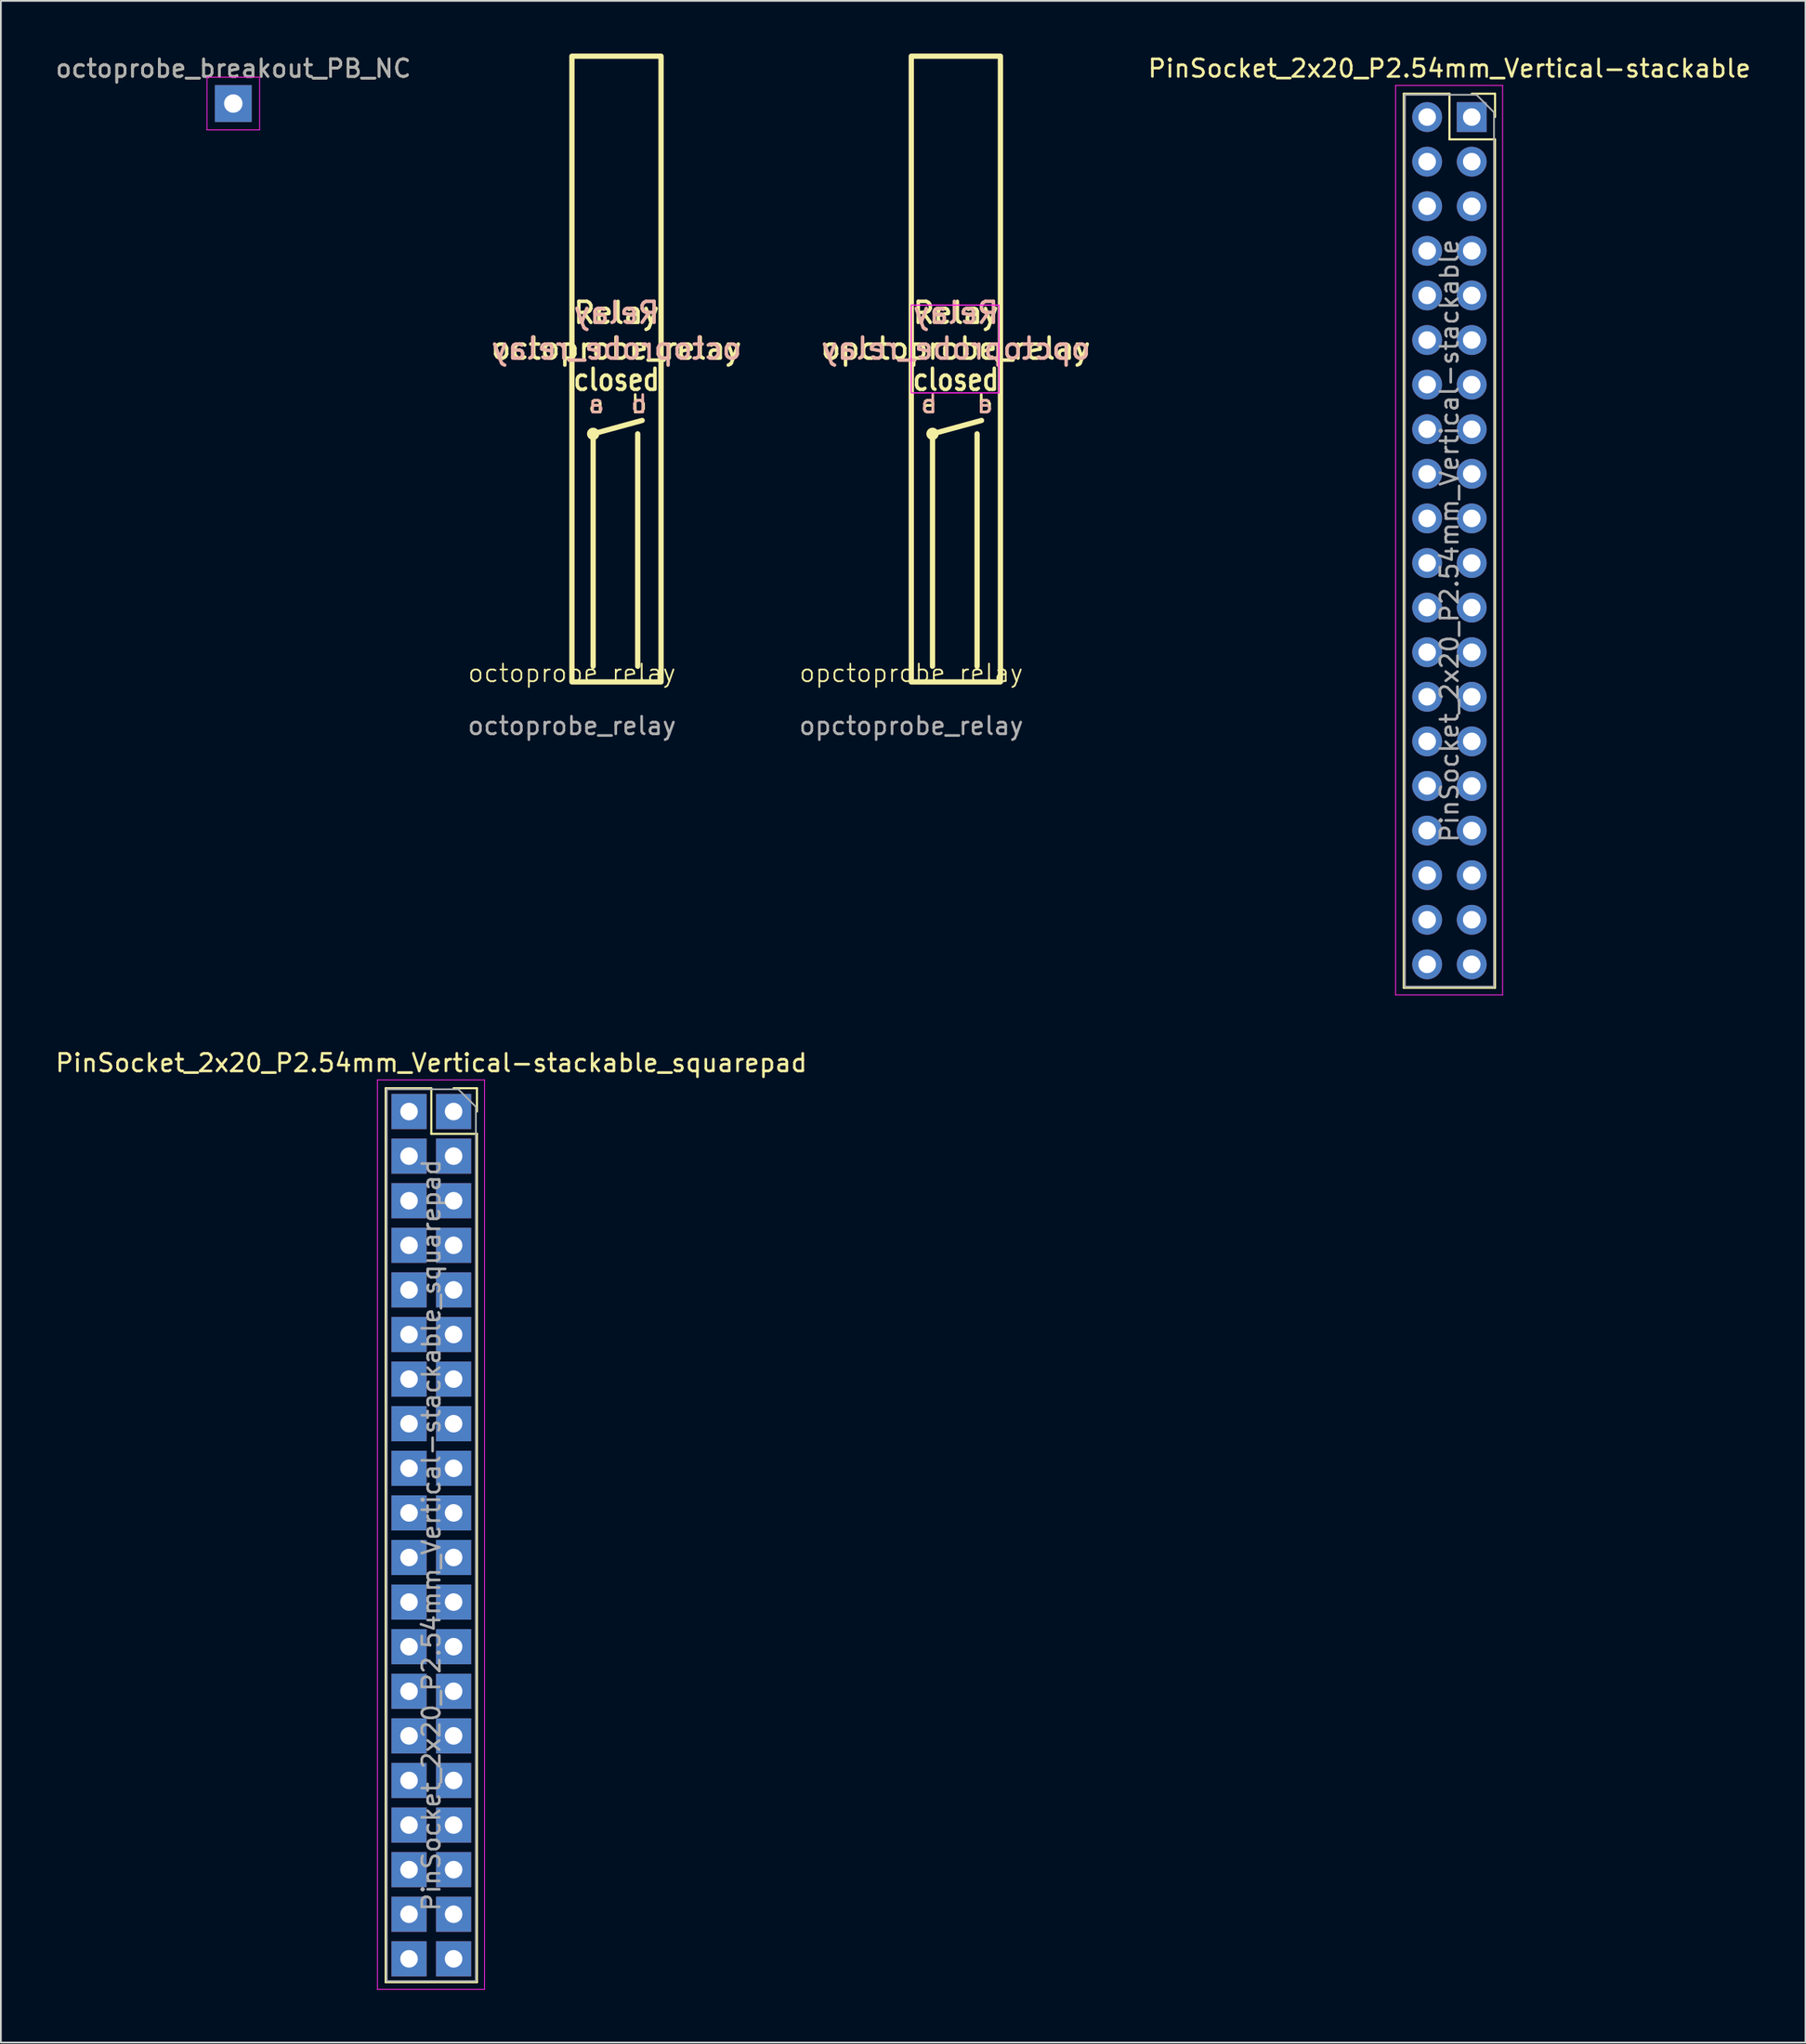
<source format=kicad_pcb>
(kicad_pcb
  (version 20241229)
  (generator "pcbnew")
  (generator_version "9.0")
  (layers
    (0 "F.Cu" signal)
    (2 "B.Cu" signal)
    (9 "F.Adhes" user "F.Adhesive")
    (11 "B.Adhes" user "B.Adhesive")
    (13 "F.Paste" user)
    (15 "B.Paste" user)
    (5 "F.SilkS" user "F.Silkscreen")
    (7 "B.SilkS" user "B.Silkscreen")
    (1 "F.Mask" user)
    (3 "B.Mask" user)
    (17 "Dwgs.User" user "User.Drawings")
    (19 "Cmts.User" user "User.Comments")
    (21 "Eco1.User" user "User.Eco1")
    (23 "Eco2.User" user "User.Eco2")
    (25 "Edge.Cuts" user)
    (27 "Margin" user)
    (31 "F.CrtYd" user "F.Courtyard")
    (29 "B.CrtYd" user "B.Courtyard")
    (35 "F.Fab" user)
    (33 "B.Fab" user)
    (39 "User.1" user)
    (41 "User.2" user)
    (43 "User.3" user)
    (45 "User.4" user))
  (footprint "PinSocket_2x20_P2.54mm_Vertical-stackable_squarepad"
    (layer "F.Cu")
    (at 22.8 60.261)
    (property "Reference" "PinSocket_2x20_P2.54mm_Vertical-stackable_squarepad" (at -1.27 -2.77 0) (layer "F.SilkS") (effects (font (size 1 1) (thickness 0.15))))
    (attr through_hole)
    (fp_line (start -3.87 -1.33) (end -3.87 49.59) (stroke (width 0.12) (type solid)) (layer "F.SilkS"))
    (fp_line (start -3.87 -1.33) (end -1.27 -1.33) (stroke (width 0.12) (type solid)) (layer "F.SilkS"))
    (fp_line (start -3.87 49.59) (end 1.33 49.59) (stroke (width 0.12) (type solid)) (layer "F.SilkS"))
    (fp_line (start -1.27 -1.33) (end -1.27 1.27) (stroke (width 0.12) (type solid)) (layer "F.SilkS"))
    (fp_line (start -1.27 1.27) (end 1.33 1.27) (stroke (width 0.12) (type solid)) (layer "F.SilkS"))
    (fp_line (start 0 -1.33) (end 1.33 -1.33) (stroke (width 0.12) (type solid)) (layer "F.SilkS"))
    (fp_line (start 1.33 -1.33) (end 1.33 0) (stroke (width 0.12) (type solid)) (layer "F.SilkS"))
    (fp_line (start 1.33 1.27) (end 1.33 49.59) (stroke (width 0.12) (type solid)) (layer "F.SilkS"))
    (fp_line (start -4.34 -1.8) (end 1.76 -1.8) (stroke (width 0.05) (type solid)) (layer "F.CrtYd"))
    (fp_line (start -4.34 50) (end -4.34 -1.8) (stroke (width 0.05) (type solid)) (layer "F.CrtYd"))
    (fp_line (start 1.76 -1.8) (end 1.76 50) (stroke (width 0.05) (type solid)) (layer "F.CrtYd"))
    (fp_line (start 1.76 50) (end -4.34 50) (stroke (width 0.05) (type solid)) (layer "F.CrtYd"))
    (fp_line (start -3.81 -1.27) (end 0.27 -1.27) (stroke (width 0.1) (type solid)) (layer "F.Fab"))
    (fp_line (start -3.81 49.53) (end -3.81 -1.27) (stroke (width 0.1) (type solid)) (layer "F.Fab"))
    (fp_line (start 0.27 -1.27) (end 1.27 -0.27) (stroke (width 0.1) (type solid)) (layer "F.Fab"))
    (fp_line (start 1.27 -0.27) (end 1.27 49.53) (stroke (width 0.1) (type solid)) (layer "F.Fab"))
    (fp_line (start 1.27 49.53) (end -3.81 49.53) (stroke (width 0.1) (type solid)) (layer "F.Fab"))
    (fp_text user "${REFERENCE}" (at -1.27 24.13 90) (layer "F.Fab") (effects (font (size 1 1) (thickness 0.15))))
    (pad "1" thru_hole rect (at 0 0) (size 2 2) (drill 1) (layers "*.Cu" "*.Mask"))
    (pad "2" thru_hole rect (at -2.54 0) (size 2 2) (drill 1) (layers "*.Cu" "*.Mask"))
    (pad "3" thru_hole rect (at 0 2.54) (size 2 2) (drill 1) (layers "*.Cu" "*.Mask"))
    (pad "4" thru_hole rect (at -2.54 2.54) (size 2 2) (drill 1) (layers "*.Cu" "*.Mask"))
    (pad "5" thru_hole rect (at 0 5.08) (size 2 2) (drill 1) (layers "*.Cu" "*.Mask"))
    (pad "6" thru_hole rect (at -2.54 5.08) (size 2 2) (drill 1) (layers "*.Cu" "*.Mask"))
    (pad "7" thru_hole rect (at 0 7.62) (size 2 2) (drill 1) (layers "*.Cu" "*.Mask"))
    (pad "8" thru_hole rect (at -2.54 7.62) (size 2 2) (drill 1) (layers "*.Cu" "*.Mask"))
    (pad "9" thru_hole rect (at 0 10.16) (size 2 2) (drill 1) (layers "*.Cu" "*.Mask"))
    (pad "10" thru_hole rect (at -2.54 10.16) (size 2 2) (drill 1) (layers "*.Cu" "*.Mask"))
    (pad "11" thru_hole rect (at 0 12.7) (size 2 2) (drill 1) (layers "*.Cu" "*.Mask"))
    (pad "12" thru_hole rect (at -2.54 12.7) (size 2 2) (drill 1) (layers "*.Cu" "*.Mask"))
    (pad "13" thru_hole rect (at 0 15.24) (size 2 2) (drill 1) (layers "*.Cu" "*.Mask"))
    (pad "14" thru_hole rect (at -2.54 15.24) (size 2 2) (drill 1) (layers "*.Cu" "*.Mask"))
    (pad "15" thru_hole rect (at 0 17.78) (size 2 2) (drill 1) (layers "*.Cu" "*.Mask"))
    (pad "16" thru_hole rect (at -2.54 17.78) (size 2 2) (drill 1) (layers "*.Cu" "*.Mask"))
    (pad "17" thru_hole rect (at 0 20.32) (size 2 2) (drill 1) (layers "*.Cu" "*.Mask"))
    (pad "18" thru_hole rect (at -2.54 20.32) (size 2 2) (drill 1) (layers "*.Cu" "*.Mask"))
    (pad "19" thru_hole rect (at 0 22.86) (size 2 2) (drill 1) (layers "*.Cu" "*.Mask"))
    (pad "20" thru_hole rect (at -2.54 22.86) (size 2 2) (drill 1) (layers "*.Cu" "*.Mask"))
    (pad "21" thru_hole rect (at 0 25.4) (size 2 2) (drill 1) (layers "*.Cu" "*.Mask"))
    (pad "22" thru_hole rect (at -2.54 25.4) (size 2 2) (drill 1) (layers "*.Cu" "*.Mask"))
    (pad "23" thru_hole rect (at 0 27.94) (size 2 2) (drill 1) (layers "*.Cu" "*.Mask"))
    (pad "24" thru_hole rect (at -2.54 27.94) (size 2 2) (drill 1) (layers "*.Cu" "*.Mask"))
    (pad "25" thru_hole rect (at 0 30.48) (size 2 2) (drill 1) (layers "*.Cu" "*.Mask"))
    (pad "26" thru_hole rect (at -2.54 30.48) (size 2 2) (drill 1) (layers "*.Cu" "*.Mask"))
    (pad "27" thru_hole rect (at 0 33.02) (size 2 2) (drill 1) (layers "*.Cu" "*.Mask"))
    (pad "28" thru_hole rect (at -2.54 33.02) (size 2 2) (drill 1) (layers "*.Cu" "*.Mask"))
    (pad "29" thru_hole rect (at 0 35.56) (size 2 2) (drill 1) (layers "*.Cu" "*.Mask"))
    (pad "30" thru_hole rect (at -2.54 35.56) (size 2 2) (drill 1) (layers "*.Cu" "*.Mask"))
    (pad "31" thru_hole rect (at 0 38.1) (size 2 2) (drill 1) (layers "*.Cu" "*.Mask"))
    (pad "32" thru_hole rect (at -2.54 38.1) (size 2 2) (drill 1) (layers "*.Cu" "*.Mask"))
    (pad "33" thru_hole rect (at 0 40.64) (size 2 2) (drill 1) (layers "*.Cu" "*.Mask"))
    (pad "34" thru_hole rect (at -2.54 40.64) (size 2 2) (drill 1) (layers "*.Cu" "*.Mask"))
    (pad "35" thru_hole rect (at 0 43.18) (size 2 2) (drill 1) (layers "*.Cu" "*.Mask"))
    (pad "36" thru_hole rect (at -2.54 43.18) (size 2 2) (drill 1) (layers "*.Cu" "*.Mask"))
    (pad "37" thru_hole rect (at 0 45.72) (size 2 2) (drill 1) (layers "*.Cu" "*.Mask"))
    (pad "38" thru_hole rect (at -2.54 45.72) (size 2 2) (drill 1) (layers "*.Cu" "*.Mask"))
    (pad "39" thru_hole rect (at 0 48.26) (size 2 2) (drill 1) (layers "*.Cu" "*.Mask"))
    (pad "40" thru_hole rect (at -2.54 48.26) (size 2 2) (drill 1) (layers "*.Cu" "*.Mask")))
  (footprint "octoprobe_breakout_PB_NC"
    (layer "F.Cu")
    (at 10.244 2.848)
    (property "Reference" "octoprobe_breakout_PB_NC" (at 0 -1.998 0) (layer "F.SilkS") (effects (font (size 1 1) (thickness 0.15))))
    (attr exclude_from_pos_files exclude_from_bom)
    (fp_line (start -1.5 -1.5) (end -1.5 1.5) (stroke (width 0.05) (type solid)) (layer "F.CrtYd"))
    (fp_line (start -1.5 -1.5) (end 1.5 -1.5) (stroke (width 0.05) (type solid)) (layer "F.CrtYd"))
    (fp_line (start 1.5 1.5) (end -1.5 1.5) (stroke (width 0.05) (type solid)) (layer "F.CrtYd"))
    (fp_line (start 1.5 1.5) (end 1.5 -1.5) (stroke (width 0.05) (type solid)) (layer "F.CrtYd"))
    (fp_text user "${REFERENCE}" (at 0 -2 0) (layer "F.Fab") (effects (font (size 1 1) (thickness 0.15))))
    (pad "1" thru_hole rect (at 0 0) (size 2.1 2.1) (drill 1.05) (layers "*.Cu" "*.Mask")))
  (footprint "opctoprobe_relay"
    (layer "F.Cu")
    (at 48.882 35.79)
    (property "Reference" "opctoprobe_relay" (at 0 -0.5 0) (unlocked yes) (layer "F.SilkS") (effects (font (size 1 1) (thickness 0.1))))
    (property "Value" "opctoprobe_relay" (at 0 1 0) (unlocked yes) (layer "F.Fab") (hide yes) (effects (font (size 1 1) (thickness 0.15))))
    (fp_line (start 1.21 -14.13) (end 1.21 -0.89) (stroke (width 0.3) (type default)) (layer "F.SilkS"))
    (fp_line (start 1.21 -14.13) (end 4.004 -14.892) (stroke (width 0.3) (type default)) (layer "F.SilkS"))
    (fp_line (start 3.75 -14.13) (end 3.75 -0.89) (stroke (width 0.3) (type default)) (layer "F.SilkS"))
    (fp_rect (start 0 -35.64) (end 5.08 0) (stroke (width 0.3) (type default)) (fill no) (layer "F.SilkS"))
    (fp_circle (center 1.21 -14.13) (end 1.41 -14.13) (stroke (width 0.3) (type default)) (fill no) (layer "F.SilkS"))
    (fp_rect (start 0 -21.462) (end 5 -16.462) (stroke (width 0.05) (type solid)) (fill no) (layer "F.CrtYd"))
    (fp_rect (start 0 -21.462) (end 5 -16.462) (stroke (width 0.05) (type solid)) (fill no) (layer "F.CrtYd"))
    (fp_text user "${VALUE}" (at 2.54 -18.288 0) (unlocked yes) (layer "F.SilkS") (effects (font (size 1.2 1.2) (thickness 0.2) (bold yes)) (justify bottom)))
    (fp_text user "a   b" (at 2.607 -15.24 0) (unlocked yes) (layer "F.SilkS") (effects (font (size 1 1) (thickness 0.15)) (justify bottom)))
    (fp_text user "closed" (at 2.54 -16.51 0) (unlocked yes) (layer "F.SilkS") (effects (font (size 1.2 1) (thickness 0.2) (bold yes)) (justify bottom)))
    (fp_text user "Relay" (at 2.54 -20.32 0) (unlocked yes) (layer "F.SilkS") (effects (font (size 1.2 1.2) (thickness 0.2) (bold yes)) (justify bottom)))
    (fp_text user "Relay" (at 2.54 -20.32 0) (unlocked yes) (layer "B.SilkS") (effects (font (size 1.2 1.2) (thickness 0.2) (bold yes)) (justify bottom mirror)))
    (fp_text user "a   b" (at 2.607 -15.24 0) (unlocked yes) (layer "B.SilkS") (effects (font (size 1 1) (thickness 0.15)) (justify bottom mirror)))
    (fp_text user "${VALUE}" (at 2.54 -18.288 0) (unlocked yes) (layer "B.SilkS") (effects (font (size 1.2 1.2) (thickness 0.2) (bold yes)) (justify bottom mirror)))
    (fp_text user "${REFERENCE}" (at 0 2.5 0) (unlocked yes) (layer "F.Fab") (effects (font (size 1 1) (thickness 0.15)))))
  (footprint "octoprobe_relay"
    (layer "F.Cu")
    (at 29.542 35.79)
    (property "Reference" "octoprobe_relay" (at 0 -0.5 0) (unlocked yes) (layer "F.SilkS") (effects (font (size 1 1) (thickness 0.1))))
    (property "Value" "octoprobe_relay" (at 0 1 0) (unlocked yes) (layer "F.Fab") (hide yes) (effects (font (size 1 1) (thickness 0.15))))
    (attr exclude_from_bom allow_missing_courtyard)
    (fp_line (start 1.21 -14.13) (end 1.21 -0.89) (stroke (width 0.3) (type default)) (layer "F.SilkS"))
    (fp_line (start 1.21 -14.13) (end 4.004 -14.892) (stroke (width 0.3) (type default)) (layer "F.SilkS"))
    (fp_line (start 3.75 -14.13) (end 3.75 -0.89) (stroke (width 0.3) (type default)) (layer "F.SilkS"))
    (fp_rect (start 0 -35.64) (end 5.08 0) (stroke (width 0.3) (type default)) (fill no) (layer "F.SilkS"))
    (fp_circle (center 1.21 -14.13) (end 1.41 -14.13) (stroke (width 0.3) (type default)) (fill no) (layer "F.SilkS"))
    (fp_text user "Relay" (at 2.54 -20.32 0) (unlocked yes) (layer "F.SilkS") (effects (font (size 1.2 1.2) (thickness 0.2) (bold yes)) (justify bottom)))
    (fp_text user "a  b" (at 2.607 -15.24 0) (unlocked yes) (layer "F.SilkS") (effects (font (size 1 1) (thickness 0.15)) (justify bottom)))
    (fp_text user "${VALUE}" (at 2.54 -18.288 0) (unlocked yes) (layer "F.SilkS") (effects (font (size 1.2 1.2) (thickness 0.2) (bold yes)) (justify bottom)))
    (fp_text user "closed" (at 2.54 -16.51 0) (unlocked yes) (layer "F.SilkS") (effects (font (size 1.2 1) (thickness 0.2) (bold yes)) (justify bottom)))
    (fp_text user "Relay" (at 2.54 -20.32 0) (unlocked yes) (layer "B.SilkS") (effects (font (size 1.2 1.2) (thickness 0.2) (bold yes)) (justify bottom mirror)))
    (fp_text user "${VALUE}" (at 2.54 -18.288 0) (unlocked yes) (layer "B.SilkS") (effects (font (size 1.2 1.2) (thickness 0.2) (bold yes)) (justify bottom mirror)))
    (fp_text user "b  a" (at 2.607 -15.24 0) (unlocked yes) (layer "B.SilkS") (effects (font (size 1 1) (thickness 0.15)) (justify bottom mirror)))
    (fp_text user "${REFERENCE}" (at 0 2.5 0) (unlocked yes) (layer "F.Fab") (effects (font (size 1 1) (thickness 0.15)))))
  (footprint "PinSocket_2x20_P2.54mm_Vertical-stackable"
    (layer "F.Cu")
    (at 80.821 3.618)
    (property "Reference" "PinSocket_2x20_P2.54mm_Vertical-stackable" (at -1.27 -2.77 0) (layer "F.SilkS") (effects (font (size 1 1) (thickness 0.15))))
    (attr through_hole)
    (fp_line (start -3.87 -1.33) (end -3.87 49.59) (stroke (width 0.12) (type solid)) (layer "F.SilkS"))
    (fp_line (start -3.87 -1.33) (end -1.27 -1.33) (stroke (width 0.12) (type solid)) (layer "F.SilkS"))
    (fp_line (start -3.87 49.59) (end 1.33 49.59) (stroke (width 0.12) (type solid)) (layer "F.SilkS"))
    (fp_line (start -1.27 -1.33) (end -1.27 1.27) (stroke (width 0.12) (type solid)) (layer "F.SilkS"))
    (fp_line (start -1.27 1.27) (end 1.33 1.27) (stroke (width 0.12) (type solid)) (layer "F.SilkS"))
    (fp_line (start 0 -1.33) (end 1.33 -1.33) (stroke (width 0.12) (type solid)) (layer "F.SilkS"))
    (fp_line (start 1.33 -1.33) (end 1.33 0) (stroke (width 0.12) (type solid)) (layer "F.SilkS"))
    (fp_line (start 1.33 1.27) (end 1.33 49.59) (stroke (width 0.12) (type solid)) (layer "F.SilkS"))
    (fp_line (start -4.34 -1.8) (end 1.76 -1.8) (stroke (width 0.05) (type solid)) (layer "F.CrtYd"))
    (fp_line (start -4.34 50) (end -4.34 -1.8) (stroke (width 0.05) (type solid)) (layer "F.CrtYd"))
    (fp_line (start 1.76 -1.8) (end 1.76 50) (stroke (width 0.05) (type solid)) (layer "F.CrtYd"))
    (fp_line (start 1.76 50) (end -4.34 50) (stroke (width 0.05) (type solid)) (layer "F.CrtYd"))
    (fp_line (start -3.81 -1.27) (end 0.27 -1.27) (stroke (width 0.1) (type solid)) (layer "F.Fab"))
    (fp_line (start -3.81 49.53) (end -3.81 -1.27) (stroke (width 0.1) (type solid)) (layer "F.Fab"))
    (fp_line (start 0.27 -1.27) (end 1.27 -0.27) (stroke (width 0.1) (type solid)) (layer "F.Fab"))
    (fp_line (start 1.27 -0.27) (end 1.27 49.53) (stroke (width 0.1) (type solid)) (layer "F.Fab"))
    (fp_line (start 1.27 49.53) (end -3.81 49.53) (stroke (width 0.1) (type solid)) (layer "F.Fab"))
    (fp_text user "${REFERENCE}" (at -1.27 24.13 90) (layer "F.Fab") (effects (font (size 1 1) (thickness 0.15))))
    (pad "1" thru_hole rect (at 0 0) (size 1.7 1.7) (drill 1) (layers "*.Cu" "*.Mask"))
    (pad "2" thru_hole oval (at -2.54 0) (size 1.7 1.7) (drill 1) (layers "*.Cu" "*.Mask"))
    (pad "3" thru_hole oval (at 0 2.54) (size 1.7 1.7) (drill 1) (layers "*.Cu" "*.Mask"))
    (pad "4" thru_hole oval (at -2.54 2.54) (size 1.7 1.7) (drill 1) (layers "*.Cu" "*.Mask"))
    (pad "5" thru_hole oval (at 0 5.08) (size 1.7 1.7) (drill 1) (layers "*.Cu" "*.Mask"))
    (pad "6" thru_hole oval (at -2.54 5.08) (size 1.7 1.7) (drill 1) (layers "*.Cu" "*.Mask"))
    (pad "7" thru_hole oval (at 0 7.62) (size 1.7 1.7) (drill 1) (layers "*.Cu" "*.Mask"))
    (pad "8" thru_hole oval (at -2.54 7.62) (size 1.7 1.7) (drill 1) (layers "*.Cu" "*.Mask"))
    (pad "9" thru_hole oval (at 0 10.16) (size 1.7 1.7) (drill 1) (layers "*.Cu" "*.Mask"))
    (pad "10" thru_hole oval (at -2.54 10.16) (size 1.7 1.7) (drill 1) (layers "*.Cu" "*.Mask"))
    (pad "11" thru_hole oval (at 0 12.7) (size 1.7 1.7) (drill 1) (layers "*.Cu" "*.Mask"))
    (pad "12" thru_hole oval (at -2.54 12.7) (size 1.7 1.7) (drill 1) (layers "*.Cu" "*.Mask"))
    (pad "13" thru_hole oval (at 0 15.24) (size 1.7 1.7) (drill 1) (layers "*.Cu" "*.Mask"))
    (pad "14" thru_hole oval (at -2.54 15.24) (size 1.7 1.7) (drill 1) (layers "*.Cu" "*.Mask"))
    (pad "15" thru_hole oval (at 0 17.78) (size 1.7 1.7) (drill 1) (layers "*.Cu" "*.Mask"))
    (pad "16" thru_hole oval (at -2.54 17.78) (size 1.7 1.7) (drill 1) (layers "*.Cu" "*.Mask"))
    (pad "17" thru_hole oval (at 0 20.32) (size 1.7 1.7) (drill 1) (layers "*.Cu" "*.Mask"))
    (pad "18" thru_hole oval (at -2.54 20.32) (size 1.7 1.7) (drill 1) (layers "*.Cu" "*.Mask"))
    (pad "19" thru_hole oval (at 0 22.86) (size 1.7 1.7) (drill 1) (layers "*.Cu" "*.Mask"))
    (pad "20" thru_hole oval (at -2.54 22.86) (size 1.7 1.7) (drill 1) (layers "*.Cu" "*.Mask"))
    (pad "21" thru_hole oval (at 0 25.4) (size 1.7 1.7) (drill 1) (layers "*.Cu" "*.Mask"))
    (pad "22" thru_hole oval (at -2.54 25.4) (size 1.7 1.7) (drill 1) (layers "*.Cu" "*.Mask"))
    (pad "23" thru_hole oval (at 0 27.94) (size 1.7 1.7) (drill 1) (layers "*.Cu" "*.Mask"))
    (pad "24" thru_hole oval (at -2.54 27.94) (size 1.7 1.7) (drill 1) (layers "*.Cu" "*.Mask"))
    (pad "25" thru_hole oval (at 0 30.48) (size 1.7 1.7) (drill 1) (layers "*.Cu" "*.Mask"))
    (pad "26" thru_hole oval (at -2.54 30.48) (size 1.7 1.7) (drill 1) (layers "*.Cu" "*.Mask"))
    (pad "27" thru_hole oval (at 0 33.02) (size 1.7 1.7) (drill 1) (layers "*.Cu" "*.Mask"))
    (pad "28" thru_hole oval (at -2.54 33.02) (size 1.7 1.7) (drill 1) (layers "*.Cu" "*.Mask"))
    (pad "29" thru_hole oval (at 0 35.56) (size 1.7 1.7) (drill 1) (layers "*.Cu" "*.Mask"))
    (pad "30" thru_hole oval (at -2.54 35.56) (size 1.7 1.7) (drill 1) (layers "*.Cu" "*.Mask"))
    (pad "31" thru_hole oval (at 0 38.1) (size 1.7 1.7) (drill 1) (layers "*.Cu" "*.Mask"))
    (pad "32" thru_hole oval (at -2.54 38.1) (size 1.7 1.7) (drill 1) (layers "*.Cu" "*.Mask"))
    (pad "33" thru_hole oval (at 0 40.64) (size 1.7 1.7) (drill 1) (layers "*.Cu" "*.Mask"))
    (pad "34" thru_hole oval (at -2.54 40.64) (size 1.7 1.7) (drill 1) (layers "*.Cu" "*.Mask"))
    (pad "35" thru_hole oval (at 0 43.18) (size 1.7 1.7) (drill 1) (layers "*.Cu" "*.Mask"))
    (pad "36" thru_hole oval (at -2.54 43.18) (size 1.7 1.7) (drill 1) (layers "*.Cu" "*.Mask"))
    (pad "37" thru_hole oval (at 0 45.72) (size 1.7 1.7) (drill 1) (layers "*.Cu" "*.Mask"))
    (pad "38" thru_hole oval (at -2.54 45.72) (size 1.7 1.7) (drill 1) (layers "*.Cu" "*.Mask"))
    (pad "39" thru_hole oval (at 0 48.26) (size 1.7 1.7) (drill 1) (layers "*.Cu" "*.Mask"))
    (pad "40" thru_hole oval (at -2.54 48.26) (size 1.7 1.7) (drill 1) (layers "*.Cu" "*.Mask")))
  (gr_rect
    (start -3 -3)
    (end 99.842 113.287)
    (stroke (width 0.1) (type default))
    (fill no)
    (layer "Edge.Cuts")))
</source>
